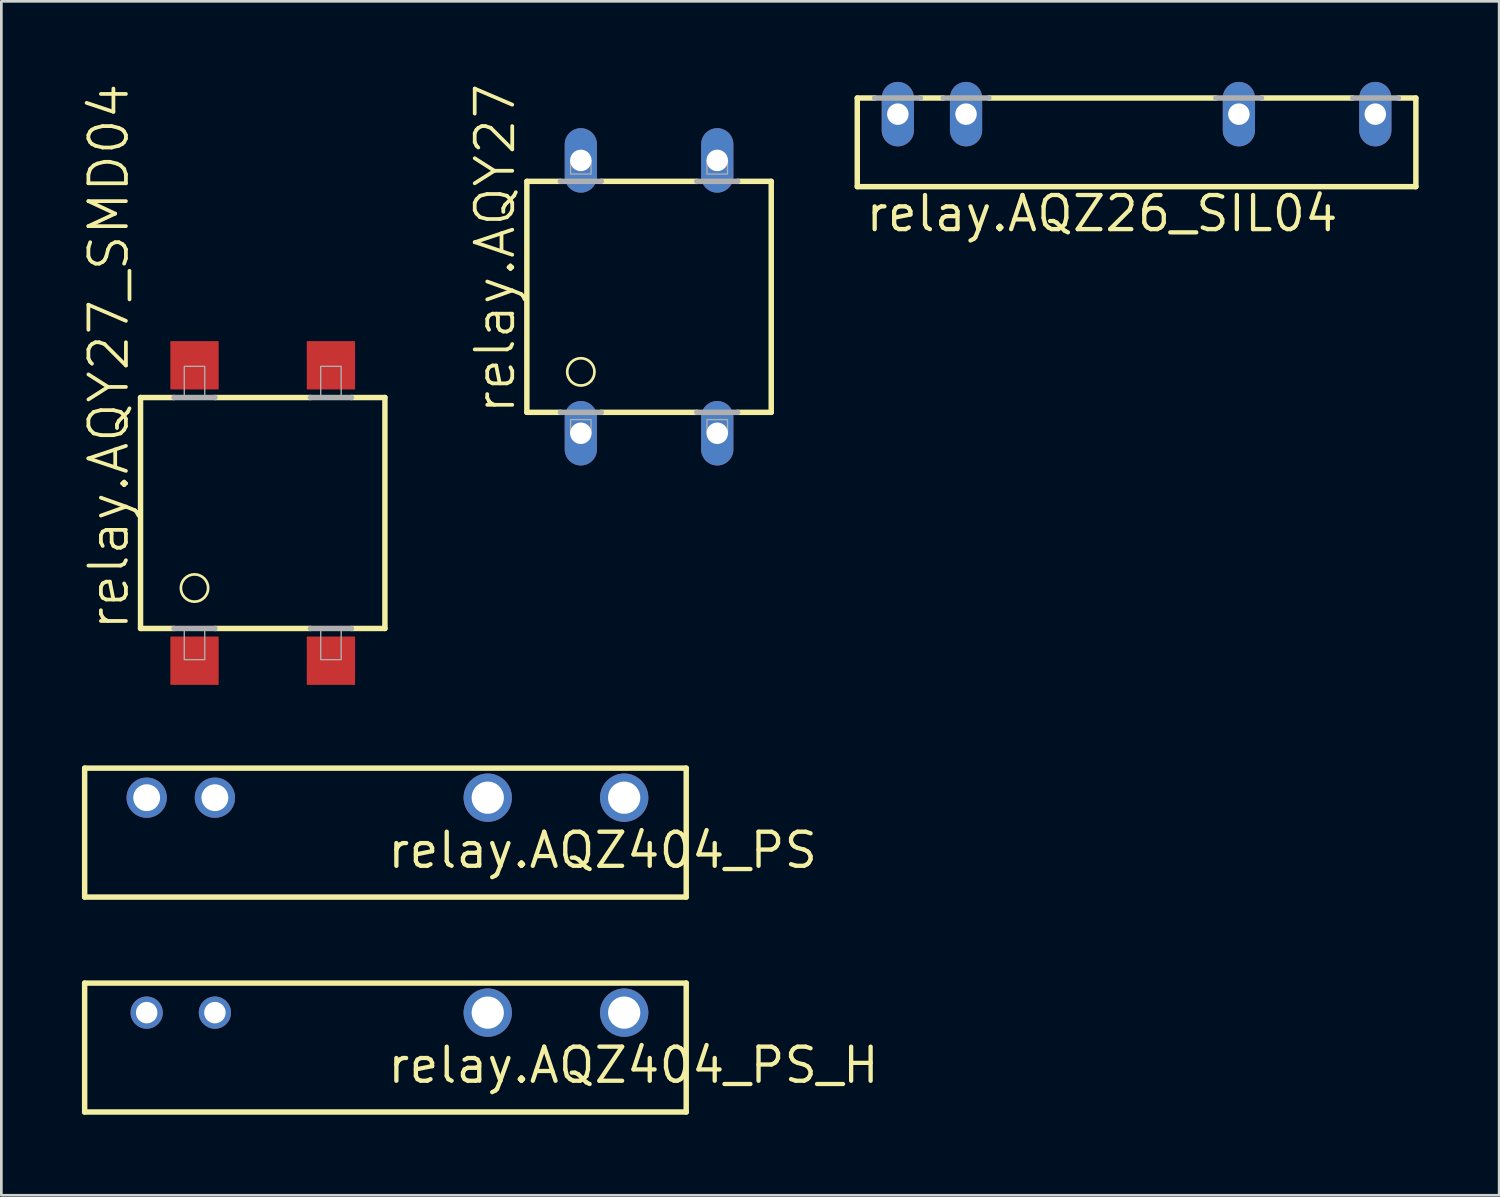
<source format=kicad_pcb>
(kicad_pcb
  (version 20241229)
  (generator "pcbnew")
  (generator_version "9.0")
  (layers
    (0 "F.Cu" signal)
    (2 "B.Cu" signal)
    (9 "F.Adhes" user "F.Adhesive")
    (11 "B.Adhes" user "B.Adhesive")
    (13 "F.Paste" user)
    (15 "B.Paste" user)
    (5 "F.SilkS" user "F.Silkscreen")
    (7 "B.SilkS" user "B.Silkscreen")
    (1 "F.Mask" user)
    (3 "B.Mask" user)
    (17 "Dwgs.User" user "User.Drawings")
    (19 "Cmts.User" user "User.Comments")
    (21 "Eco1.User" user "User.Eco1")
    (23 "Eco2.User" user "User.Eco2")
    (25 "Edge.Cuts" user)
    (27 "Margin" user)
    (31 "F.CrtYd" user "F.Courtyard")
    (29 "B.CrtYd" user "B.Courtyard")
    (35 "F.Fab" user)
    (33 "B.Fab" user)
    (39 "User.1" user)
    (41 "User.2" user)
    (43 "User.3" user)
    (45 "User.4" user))
  (footprint "relay.AQY27_SMD04"
    (layer "F.Cu")
    (at 6.733 16.052)
    (property "Reference" "relay.AQY27_SMD04" (at -4.916 4.445 90) (layer "F.SilkS") (effects (font (size 1.397 1.397) (thickness 0.14)) (justify left bottom)))
    (attr smd)
    (fp_line (start -4.55 -4.3) (end -3.302 -4.3) (stroke (width 0.203) (type default)) (layer "F.SilkS"))
    (fp_line (start -4.55 4.3) (end -4.55 -4.3) (stroke (width 0.203) (type default)) (layer "F.SilkS"))
    (fp_line (start -3.302 4.3) (end -4.55 4.3) (stroke (width 0.203) (type default)) (layer "F.SilkS"))
    (fp_line (start -1.778 -4.3) (end 1.778 -4.3) (stroke (width 0.203) (type default)) (layer "F.SilkS"))
    (fp_line (start 1.778 4.3) (end -1.778 4.3) (stroke (width 0.203) (type default)) (layer "F.SilkS"))
    (fp_line (start 3.302 -4.3) (end 4.55 -4.3) (stroke (width 0.203) (type default)) (layer "F.SilkS"))
    (fp_line (start 4.55 -4.3) (end 4.55 4.3) (stroke (width 0.203) (type default)) (layer "F.SilkS"))
    (fp_line (start 4.55 4.3) (end 3.302 4.3) (stroke (width 0.203) (type default)) (layer "F.SilkS"))
    (fp_circle (center -2.54 2.794) (end -2.032 2.794) (stroke (width 0.1) (type default)) (fill no) (layer "F.SilkS"))
    (fp_line (start -3.302 -4.3) (end -1.778 -4.3) (stroke (width 0.203) (type default)) (layer "F.Fab"))
    (fp_line (start -1.778 4.3) (end -3.302 4.3) (stroke (width 0.203) (type default)) (layer "F.Fab"))
    (fp_line (start 1.778 -4.3) (end 3.302 -4.3) (stroke (width 0.203) (type default)) (layer "F.Fab"))
    (fp_line (start 3.302 4.3) (end 1.778 4.3) (stroke (width 0.203) (type default)) (layer "F.Fab"))
    (fp_rect (start -2.921 -4.318) (end -2.159 -5.461) (stroke (width 0.05) (type default)) (fill no) (layer "F.Fab"))
    (fp_rect (start -2.921 5.461) (end -2.159 4.318) (stroke (width 0.05) (type default)) (fill no) (layer "F.Fab"))
    (fp_rect (start 2.159 -4.318) (end 2.921 -5.461) (stroke (width 0.05) (type default)) (fill no) (layer "F.Fab"))
    (fp_rect (start 2.159 5.461) (end 2.921 4.318) (stroke (width 0.05) (type default)) (fill no) (layer "F.Fab"))
    (pad "1" smd roundrect (at -2.54 5.5) (size 1.8 1.8) (layers "F.Cu" "F.Mask" "F.Paste") (roundrect_rratio 0.01))
    (pad "2" smd roundrect (at 2.54 5.5) (size 1.8 1.8) (layers "F.Cu" "F.Mask" "F.Paste") (roundrect_rratio 0.01))
    (pad "3" smd roundrect (at 2.54 -5.5) (size 1.8 1.8) (layers "F.Cu" "F.Mask" "F.Paste") (roundrect_rratio 0.01))
    (pad "4" smd roundrect (at -2.54 -5.5) (size 1.8 1.8) (layers "F.Cu" "F.Mask" "F.Paste") (roundrect_rratio 0.01)))
  (footprint "relay.AQZ404_PS_H"
    (layer "F.Cu")
    (at 11.302 34.657)
    (property "Reference" "relay.AQZ404_PS_H" (at 0 2.7 0) (layer "F.SilkS") (effects (font (size 1.27 1.27) (thickness 0.16)) (justify left bottom)))
    (attr through_hole)
    (fp_line (start -11.2 -1.1) (end 11.2 -1.1) (stroke (width 0.203) (type default)) (layer "F.SilkS"))
    (fp_line (start -11.2 3.7) (end -11.2 -1.1) (stroke (width 0.203) (type default)) (layer "F.SilkS"))
    (fp_line (start 11.2 -1.1) (end 11.2 3.7) (stroke (width 0.203) (type default)) (layer "F.SilkS"))
    (fp_line (start 11.2 3.7) (end -11.2 3.7) (stroke (width 0.203) (type default)) (layer "F.SilkS"))
    (pad "1" thru_hole circle (at -8.89 0) (size 1.2 1.2) (drill 0.8) (layers "*.Cu" "*.Mask"))
    (pad "2" thru_hole circle (at -6.35 0) (size 1.2 1.2) (drill 0.8) (layers "*.Cu" "*.Mask"))
    (pad "5" thru_hole circle (at 3.81 0) (size 1.8 1.8) (drill 1.2) (layers "*.Cu" "*.Mask"))
    (pad "6" thru_hole circle (at 8.89 0) (size 1.8 1.8) (drill 1.2) (layers "*.Cu" "*.Mask")))
  (footprint "relay.AQZ26_SIL04"
    (layer "F.Cu")
    (at 39.272 1.2)
    (property "Reference" "relay.AQZ26_SIL04" (at -10.16 4.445 0) (layer "F.SilkS") (effects (font (size 1.27 1.27) (thickness 0.16)) (justify left bottom)))
    (attr through_hole)
    (fp_line (start -10.4 -0.6) (end -9.75 -0.6) (stroke (width 0.203) (type default)) (layer "F.SilkS"))
    (fp_line (start -10.4 2.7) (end -10.4 -0.6) (stroke (width 0.203) (type default)) (layer "F.SilkS"))
    (fp_line (start -8.05 -0.6) (end -7.2 -0.6) (stroke (width 0.203) (type default)) (layer "F.SilkS"))
    (fp_line (start -5.5 -0.6) (end 2.95 -0.6) (stroke (width 0.203) (type default)) (layer "F.SilkS"))
    (fp_line (start 4.65 -0.6) (end 8.05 -0.6) (stroke (width 0.203) (type default)) (layer "F.SilkS"))
    (fp_line (start 9.75 -0.6) (end 10.4 -0.6) (stroke (width 0.203) (type default)) (layer "F.SilkS"))
    (fp_line (start 10.4 -0.6) (end 10.4 2.7) (stroke (width 0.203) (type default)) (layer "F.SilkS"))
    (fp_line (start 10.4 2.7) (end -10.4 2.7) (stroke (width 0.203) (type default)) (layer "F.SilkS"))
    (fp_line (start -9.75 -0.6) (end -8.05 -0.6) (stroke (width 0.203) (type default)) (layer "F.Fab"))
    (fp_line (start -7.2 -0.6) (end -5.5 -0.6) (stroke (width 0.203) (type default)) (layer "F.Fab"))
    (fp_line (start 2.95 -0.6) (end 4.65 -0.6) (stroke (width 0.203) (type default)) (layer "F.Fab"))
    (fp_line (start 8.05 -0.6) (end 9.75 -0.6) (stroke (width 0.203) (type default)) (layer "F.Fab"))
    (pad "1" thru_hole oval (at -8.89 0 90) (size 2.4 1.2) (drill 0.8) (layers "*.Cu" "*.Mask"))
    (pad "2" thru_hole oval (at -6.35 0 90) (size 2.4 1.2) (drill 0.8) (layers "*.Cu" "*.Mask"))
    (pad "3" thru_hole oval (at 3.81 0 90) (size 2.4 1.2) (drill 0.8) (layers "*.Cu" "*.Mask"))
    (pad "4" thru_hole oval (at 8.89 0 90) (size 2.4 1.2) (drill 0.8) (layers "*.Cu" "*.Mask")))
  (footprint "relay.AQZ404_PS"
    (layer "F.Cu")
    (at 11.302 26.653)
    (property "Reference" "relay.AQZ404_PS" (at 0 2.7 0) (layer "F.SilkS") (effects (font (size 1.27 1.27) (thickness 0.16)) (justify left bottom)))
    (attr through_hole)
    (fp_line (start -11.2 -1.1) (end 11.2 -1.1) (stroke (width 0.203) (type default)) (layer "F.SilkS"))
    (fp_line (start -11.2 3.7) (end -11.2 -1.1) (stroke (width 0.203) (type default)) (layer "F.SilkS"))
    (fp_line (start 11.2 -1.1) (end 11.2 3.7) (stroke (width 0.203) (type default)) (layer "F.SilkS"))
    (fp_line (start 11.2 3.7) (end -11.2 3.7) (stroke (width 0.203) (type default)) (layer "F.SilkS"))
    (pad "1" thru_hole circle (at -8.89 0) (size 1.5 1.5) (drill 1) (layers "*.Cu" "*.Mask"))
    (pad "2" thru_hole circle (at -6.35 0) (size 1.5 1.5) (drill 1) (layers "*.Cu" "*.Mask"))
    (pad "5" thru_hole circle (at 3.81 0) (size 1.8 1.8) (drill 1.2) (layers "*.Cu" "*.Mask"))
    (pad "6" thru_hole circle (at 8.89 0) (size 1.8 1.8) (drill 1.2) (layers "*.Cu" "*.Mask")))
  (footprint "relay.AQY27"
    (layer "F.Cu")
    (at 21.118 8.003)
    (property "Reference" "relay.AQY27" (at -4.916 4.445 90) (layer "F.SilkS") (effects (font (size 1.397 1.397) (thickness 0.14)) (justify left bottom)))
    (attr through_hole)
    (fp_line (start -4.55 -4.3) (end -3.302 -4.3) (stroke (width 0.203) (type default)) (layer "F.SilkS"))
    (fp_line (start -4.55 4.3) (end -4.55 -4.3) (stroke (width 0.203) (type default)) (layer "F.SilkS"))
    (fp_line (start -3.302 4.3) (end -4.55 4.3) (stroke (width 0.203) (type default)) (layer "F.SilkS"))
    (fp_line (start -1.778 -4.3) (end 1.778 -4.3) (stroke (width 0.203) (type default)) (layer "F.SilkS"))
    (fp_line (start 1.778 4.3) (end -1.778 4.3) (stroke (width 0.203) (type default)) (layer "F.SilkS"))
    (fp_line (start 3.302 -4.3) (end 4.55 -4.3) (stroke (width 0.203) (type default)) (layer "F.SilkS"))
    (fp_line (start 4.55 -4.3) (end 4.55 4.3) (stroke (width 0.203) (type default)) (layer "F.SilkS"))
    (fp_line (start 4.55 4.3) (end 3.302 4.3) (stroke (width 0.203) (type default)) (layer "F.SilkS"))
    (fp_circle (center -2.54 2.794) (end -2.032 2.794) (stroke (width 0.1) (type default)) (fill no) (layer "F.SilkS"))
    (fp_line (start -3.302 -4.3) (end -1.778 -4.3) (stroke (width 0.203) (type default)) (layer "F.Fab"))
    (fp_line (start -1.778 4.3) (end -3.302 4.3) (stroke (width 0.203) (type default)) (layer "F.Fab"))
    (fp_line (start 1.778 -4.3) (end 3.302 -4.3) (stroke (width 0.203) (type default)) (layer "F.Fab"))
    (fp_line (start 3.302 4.3) (end 1.778 4.3) (stroke (width 0.203) (type default)) (layer "F.Fab"))
    (fp_rect (start -2.921 -4.572) (end -2.159 -5.08) (stroke (width 0.05) (type default)) (fill no) (layer "F.Fab"))
    (fp_rect (start -2.921 5.08) (end -2.159 4.572) (stroke (width 0.05) (type default)) (fill no) (layer "F.Fab"))
    (fp_rect (start 2.159 -4.572) (end 2.921 -5.08) (stroke (width 0.05) (type default)) (fill no) (layer "F.Fab"))
    (fp_rect (start 2.159 5.08) (end 2.921 4.572) (stroke (width 0.05) (type default)) (fill no) (layer "F.Fab"))
    (pad "1" thru_hole oval (at -2.54 5.08 90) (size 2.4 1.2) (drill 0.8) (layers "*.Cu" "*.Mask"))
    (pad "2" thru_hole oval (at 2.54 5.08 90) (size 2.4 1.2) (drill 0.8) (layers "*.Cu" "*.Mask"))
    (pad "3" thru_hole oval (at 2.54 -5.08 90) (size 2.4 1.2) (drill 0.8) (layers "*.Cu" "*.Mask"))
    (pad "4" thru_hole oval (at -2.54 -5.08 90) (size 2.4 1.2) (drill 0.8) (layers "*.Cu" "*.Mask")))
  (gr_rect
    (start -3 -3)
    (end 52.773 41.458)
    (stroke (width 0.1) (type default))
    (fill no)
    (layer "Edge.Cuts")))
</source>
